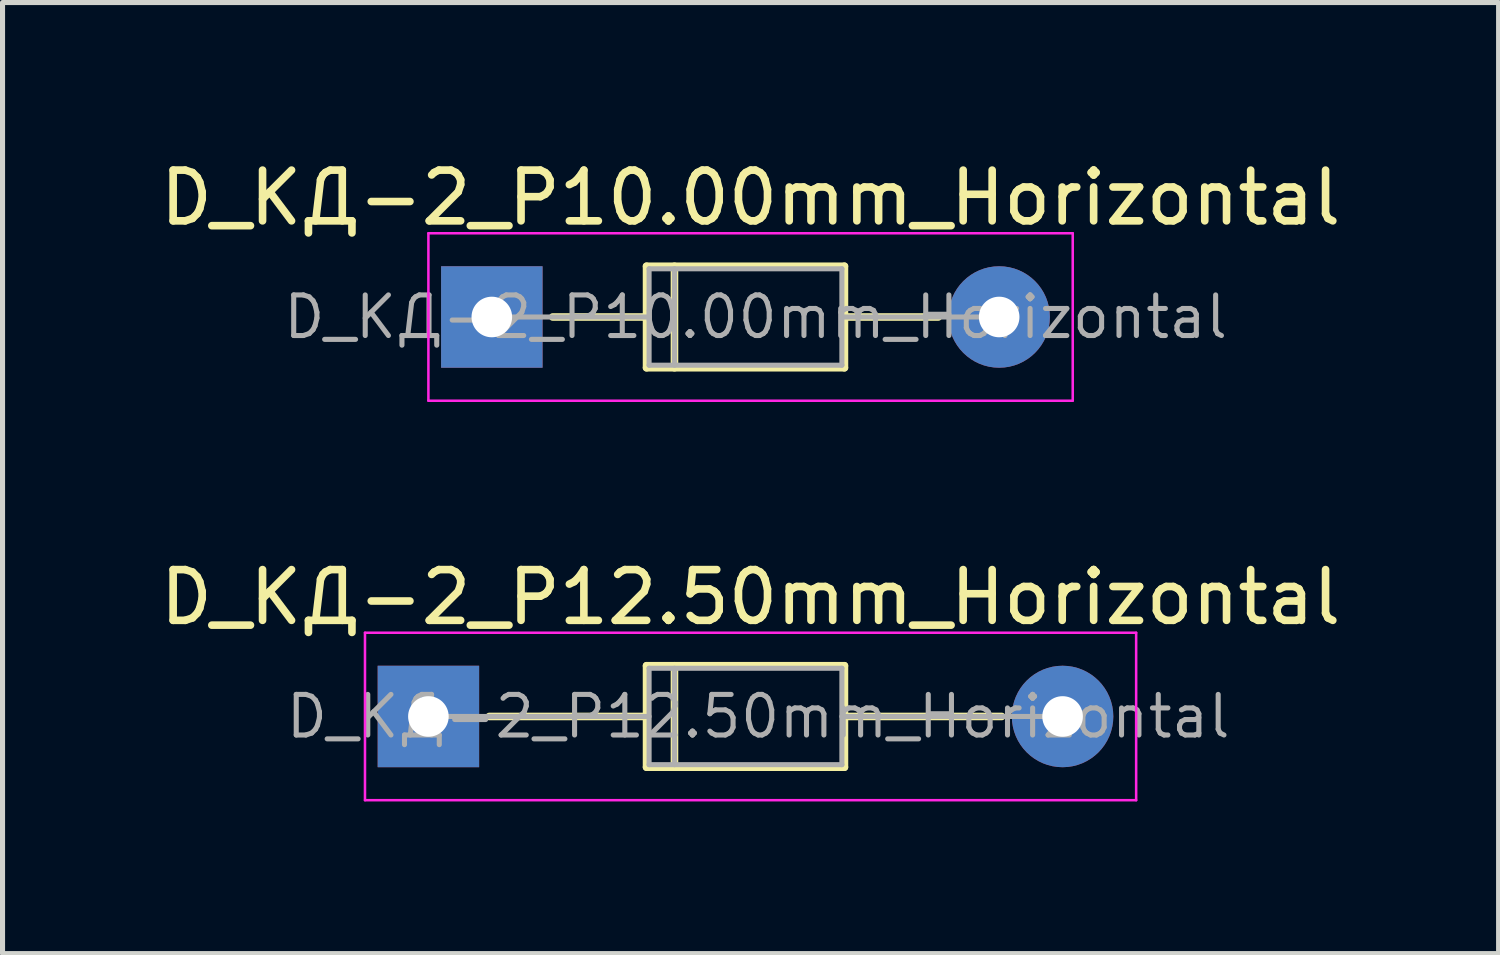
<source format=kicad_pcb>
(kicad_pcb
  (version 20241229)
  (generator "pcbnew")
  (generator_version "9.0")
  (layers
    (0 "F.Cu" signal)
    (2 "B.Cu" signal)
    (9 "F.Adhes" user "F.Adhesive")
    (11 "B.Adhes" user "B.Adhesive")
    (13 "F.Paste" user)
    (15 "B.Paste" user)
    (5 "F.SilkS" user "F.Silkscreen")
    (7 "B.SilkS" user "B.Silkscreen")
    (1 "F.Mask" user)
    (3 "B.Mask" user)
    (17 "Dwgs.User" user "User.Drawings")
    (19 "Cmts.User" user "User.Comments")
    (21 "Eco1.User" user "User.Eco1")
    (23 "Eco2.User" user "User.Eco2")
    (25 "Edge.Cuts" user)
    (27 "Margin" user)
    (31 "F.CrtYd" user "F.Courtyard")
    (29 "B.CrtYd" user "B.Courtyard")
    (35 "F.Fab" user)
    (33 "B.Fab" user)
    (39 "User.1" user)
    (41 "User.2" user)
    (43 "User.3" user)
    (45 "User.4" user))
  (footprint "D_КД-2_P10.00mm_Horizontal"
    (layer "F.Cu")
    (at 6.644 3.198)
    (property "Reference" "D_КД-2_P10.00mm_Horizontal" (at 5.1 -2.35 0) (layer "F.SilkS") (effects (font (size 1 1) (thickness 0.15))))
    (attr through_hole)
    (fp_line (start 1.2 0) (end 3.05 0) (stroke (width 0.15) (type solid)) (layer "F.SilkS"))
    (fp_line (start 3.05 -1) (end 6.95 -1) (stroke (width 0.15) (type solid)) (layer "F.SilkS"))
    (fp_line (start 3.05 1) (end 3.05 -1) (stroke (width 0.15) (type solid)) (layer "F.SilkS"))
    (fp_line (start 3.6 -1) (end 3.6 1) (stroke (width 0.15) (type solid)) (layer "F.SilkS"))
    (fp_line (start 6.95 -1) (end 6.95 1) (stroke (width 0.15) (type solid)) (layer "F.SilkS"))
    (fp_line (start 6.95 0) (end 8.8 0) (stroke (width 0.15) (type solid)) (layer "F.SilkS"))
    (fp_line (start 6.95 1) (end 3.05 1) (stroke (width 0.15) (type solid)) (layer "F.SilkS"))
    (fp_line (start -1.25 -1.65) (end -1.25 1.65) (stroke (width 0.05) (type solid)) (layer "F.CrtYd"))
    (fp_line (start -1.25 1.65) (end 11.45 1.65) (stroke (width 0.05) (type solid)) (layer "F.CrtYd"))
    (fp_line (start 11.45 -1.65) (end -1.25 -1.65) (stroke (width 0.05) (type solid)) (layer "F.CrtYd"))
    (fp_line (start 11.45 1.65) (end 11.45 -1.65) (stroke (width 0.05) (type solid)) (layer "F.CrtYd"))
    (fp_line (start 0 0) (end 3.1 0) (stroke (width 0.1) (type solid)) (layer "F.Fab"))
    (fp_line (start 3.1 -0.95) (end 6.9 -0.95) (stroke (width 0.1) (type solid)) (layer "F.Fab"))
    (fp_line (start 3.1 0.95) (end 3.1 -0.95) (stroke (width 0.1) (type solid)) (layer "F.Fab"))
    (fp_line (start 3.6 0.95) (end 3.6 -0.95) (stroke (width 0.1) (type solid)) (layer "F.Fab"))
    (fp_line (start 6.9 -0.95) (end 6.9 0.95) (stroke (width 0.1) (type solid)) (layer "F.Fab"))
    (fp_line (start 6.9 0) (end 10 0) (stroke (width 0.1) (type solid)) (layer "F.Fab"))
    (fp_line (start 6.9 0.95) (end 3.1 0.95) (stroke (width 0.1) (type solid)) (layer "F.Fab"))
    (fp_text user "${REFERENCE}" (at 5.2 0 0) (layer "F.Fab") (effects (font (size 0.8 0.8) (thickness 0.1))))
    (pad "1" thru_hole rect (at 0 0) (size 2 2) (drill 0.8) (layers "*.Cu" "*.Mask"))
    (pad "2" thru_hole oval (at 10 0) (size 2 2) (drill 0.8) (layers "*.Cu" "*.Mask")))
  (footprint "D_КД-2_P12.50mm_Horizontal"
    (layer "F.Cu")
    (at 5.394 11.072)
    (property "Reference" "D_КД-2_P12.50mm_Horizontal" (at 6.35 -2.35 0) (layer "F.SilkS") (effects (font (size 1 1) (thickness 0.15))))
    (attr through_hole)
    (fp_line (start 1.2 0) (end 4.3 0) (stroke (width 0.15) (type solid)) (layer "F.SilkS"))
    (fp_line (start 4.3 -1) (end 8.2 -1) (stroke (width 0.15) (type solid)) (layer "F.SilkS"))
    (fp_line (start 4.3 1) (end 4.3 -1) (stroke (width 0.15) (type solid)) (layer "F.SilkS"))
    (fp_line (start 4.85 -1) (end 4.85 1) (stroke (width 0.15) (type solid)) (layer "F.SilkS"))
    (fp_line (start 8.2 -1) (end 8.2 1) (stroke (width 0.15) (type solid)) (layer "F.SilkS"))
    (fp_line (start 8.2 0) (end 11.3 0) (stroke (width 0.15) (type solid)) (layer "F.SilkS"))
    (fp_line (start 8.2 1) (end 4.3 1) (stroke (width 0.15) (type solid)) (layer "F.SilkS"))
    (fp_line (start -1.25 -1.65) (end -1.25 1.65) (stroke (width 0.05) (type solid)) (layer "F.CrtYd"))
    (fp_line (start -1.25 1.65) (end 13.95 1.65) (stroke (width 0.05) (type solid)) (layer "F.CrtYd"))
    (fp_line (start 13.95 -1.65) (end -1.25 -1.65) (stroke (width 0.05) (type solid)) (layer "F.CrtYd"))
    (fp_line (start 13.95 1.65) (end 13.95 -1.65) (stroke (width 0.05) (type solid)) (layer "F.CrtYd"))
    (fp_line (start 0 0) (end 4.35 0) (stroke (width 0.1) (type solid)) (layer "F.Fab"))
    (fp_line (start 4.35 -0.95) (end 8.15 -0.95) (stroke (width 0.1) (type solid)) (layer "F.Fab"))
    (fp_line (start 4.35 0.95) (end 4.35 -0.95) (stroke (width 0.1) (type solid)) (layer "F.Fab"))
    (fp_line (start 4.85 0.95) (end 4.85 -0.95) (stroke (width 0.1) (type solid)) (layer "F.Fab"))
    (fp_line (start 8.15 -0.95) (end 8.15 0.95) (stroke (width 0.1) (type solid)) (layer "F.Fab"))
    (fp_line (start 8.15 0) (end 12.5 0) (stroke (width 0.1) (type solid)) (layer "F.Fab"))
    (fp_line (start 8.15 0.95) (end 4.35 0.95) (stroke (width 0.1) (type solid)) (layer "F.Fab"))
    (fp_text user "${REFERENCE}" (at 6.5 0 0) (layer "F.Fab") (effects (font (size 0.8 0.8) (thickness 0.1))))
    (pad "1" thru_hole rect (at 0 0) (size 2 2) (drill 0.8) (layers "*.Cu" "*.Mask"))
    (pad "2" thru_hole oval (at 12.5 0) (size 2 2) (drill 0.8) (layers "*.Cu" "*.Mask")))
  (gr_rect
    (start -3 -3)
    (end 26.488 15.746)
    (stroke (width 0.1) (type default))
    (fill no)
    (layer "Edge.Cuts")))
</source>
